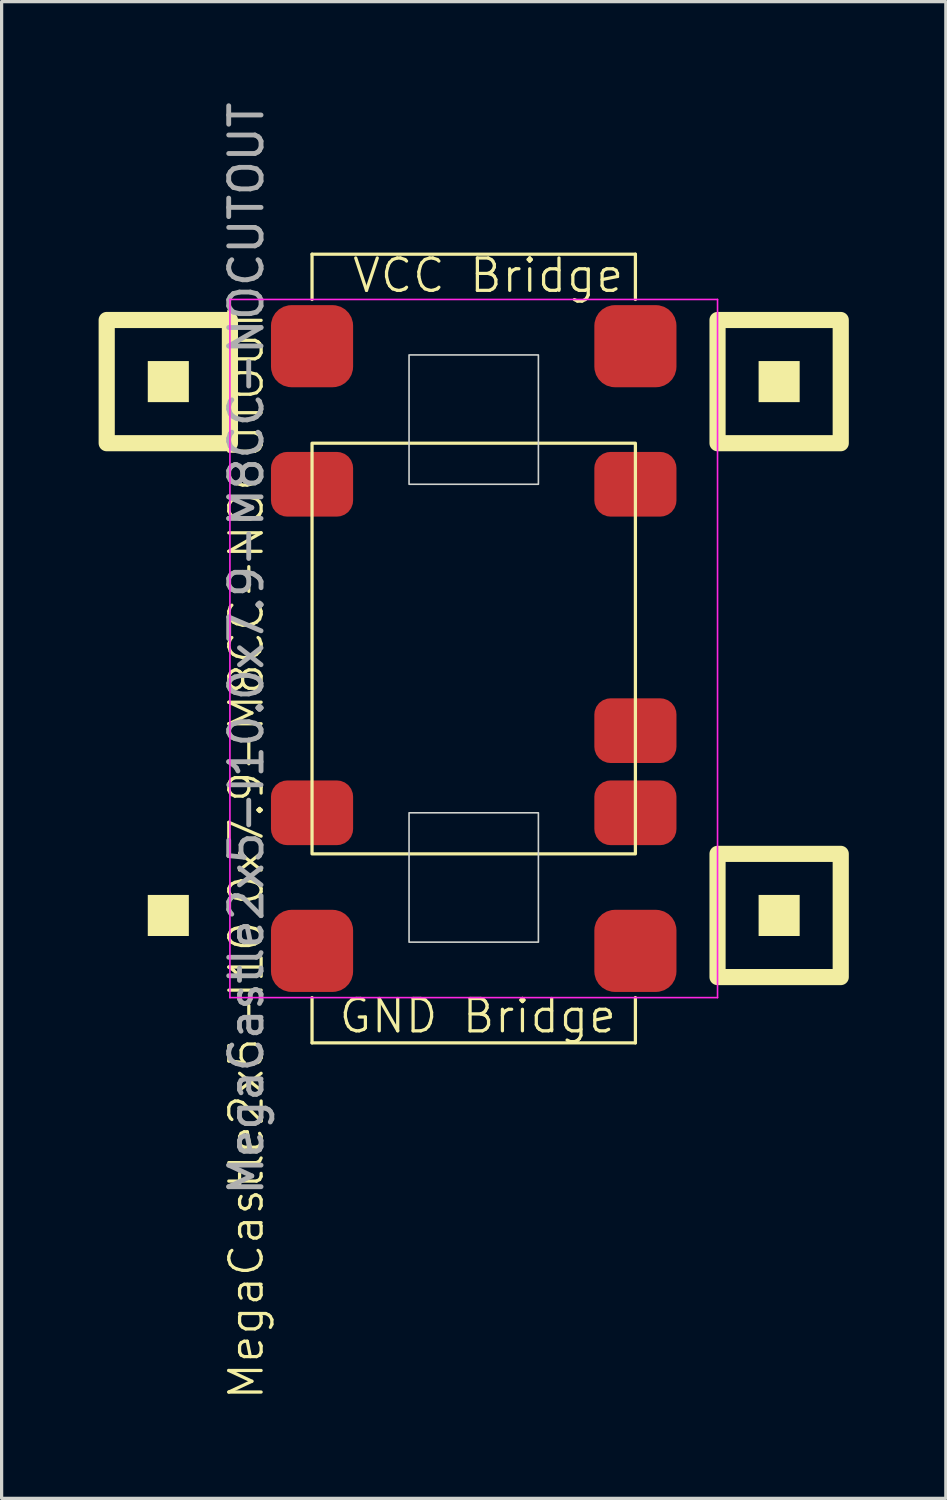
<source format=kicad_pcb>
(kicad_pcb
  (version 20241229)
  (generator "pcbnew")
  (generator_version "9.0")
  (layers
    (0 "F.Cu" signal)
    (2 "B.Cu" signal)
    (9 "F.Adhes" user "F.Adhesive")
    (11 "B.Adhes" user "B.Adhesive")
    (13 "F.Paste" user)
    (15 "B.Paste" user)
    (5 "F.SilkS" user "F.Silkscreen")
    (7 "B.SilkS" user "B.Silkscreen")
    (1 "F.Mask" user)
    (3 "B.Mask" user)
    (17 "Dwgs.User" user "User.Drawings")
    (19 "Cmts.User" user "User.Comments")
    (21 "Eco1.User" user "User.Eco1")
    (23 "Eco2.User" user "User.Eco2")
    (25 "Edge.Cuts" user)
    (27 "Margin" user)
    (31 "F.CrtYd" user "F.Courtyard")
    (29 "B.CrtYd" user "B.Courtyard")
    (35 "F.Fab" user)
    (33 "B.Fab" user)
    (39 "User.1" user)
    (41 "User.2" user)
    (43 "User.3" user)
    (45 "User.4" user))
  (footprint "MegaCastle2x5-I10.0x7.9-M8CC-NOCUTOUT"
    (layer "F.Cu")
    (at 11.6 17.006)
    (property "Reference" "MegaCastle2x5-I10.0x7.9-M8CC-NOCUTOUT" (at -7.032 6.35 90) (unlocked yes) (layer "F.SilkS") (effects (font (size 1 1) (thickness 0.1))))
    (attr smd)
    (fp_line (start -5 -12.195) (end 5 -12.195) (stroke (width 0.1) (type default)) (layer "F.SilkS"))
    (fp_line (start -5 -10.795) (end -5 -12.195) (stroke (width 0.1) (type default)) (layer "F.SilkS"))
    (fp_line (start -5 10.795) (end -5 12.195) (stroke (width 0.1) (type default)) (layer "F.SilkS"))
    (fp_line (start -5 12.195) (end 5 12.195) (stroke (width 0.1) (type default)) (layer "F.SilkS"))
    (fp_line (start 5 -10.795) (end 5 -12.195) (stroke (width 0.1) (type default)) (layer "F.SilkS"))
    (fp_line (start 5 10.795) (end 5 12.195) (stroke (width 0.1) (type default)) (layer "F.SilkS"))
    (fp_rect (start -8.81 -7.62) (end -10.08 -8.89) (stroke (width 0) (type solid)) (fill yes) (layer "F.SilkS"))
    (fp_rect (start -8.81 8.89) (end -10.08 7.62) (stroke (width 0) (type solid)) (fill yes) (layer "F.SilkS"))
    (fp_rect (start -7.54 -6.35) (end -11.35 -10.16) (stroke (width 0.5) (type default)) (fill no) (layer "F.SilkS"))
    (fp_rect (start -5 -6.35) (end 5 6.35) (stroke (width 0.1) (type default)) (fill no) (layer "F.SilkS"))
    (fp_rect (start 10.08 -7.62) (end 8.81 -8.89) (stroke (width 0) (type solid)) (fill yes) (layer "F.SilkS"))
    (fp_rect (start 10.08 8.89) (end 8.81 7.62) (stroke (width 0) (type solid)) (fill yes) (layer "F.SilkS"))
    (fp_rect (start 11.35 -6.35) (end 7.54 -10.16) (stroke (width 0.5) (type default)) (fill no) (layer "F.SilkS"))
    (fp_rect (start 11.35 10.16) (end 7.54 6.35) (stroke (width 0.5) (type default)) (fill no) (layer "F.SilkS"))
    (fp_rect (start -2 -5.08) (end 2 -9.08) (stroke (width 0.05) (type default)) (fill no) (layer "Edge.Cuts"))
    (fp_rect (start -2 5.08) (end 2 9.08) (stroke (width 0.05) (type default)) (fill no) (layer "Edge.Cuts"))
    (fp_line (start -7.54 -10.795) (end -7.54 10.795) (stroke (width 0.05) (type default)) (layer "F.CrtYd"))
    (fp_line (start -7.54 10.795) (end 7.54 10.795) (stroke (width 0.05) (type default)) (layer "F.CrtYd"))
    (fp_line (start 7.54 -10.795) (end -7.54 -10.795) (stroke (width 0.05) (type default)) (layer "F.CrtYd"))
    (fp_line (start 7.54 -10.795) (end 7.54 10.795) (stroke (width 0.05) (type default)) (layer "F.CrtYd"))
    (fp_text user "VCC Bridge" (at -3.81 -10.95 0) (unlocked yes) (layer "F.SilkS") (effects (font (size 1 1) (thickness 0.1)) (justify left bottom)))
    (fp_text user "GND Bridge" (at -4.226 11.95 0) (unlocked yes) (layer "F.SilkS") (effects (font (size 1 1) (thickness 0.1)) (justify left bottom)))
    (fp_text user "${REFERENCE}" (at -7.032 0 90) (unlocked yes) (layer "F.Fab") (effects (font (size 1 1) (thickness 0.15))))
    (pad "1" smd roundrect (at -5 -5.08) (size 2.54 2) (layers "F.Cu" "F.Mask" "F.Paste") (roundrect_rratio 0.25))
    (pad "5" smd roundrect (at -5 5.08) (size 2.54 2) (layers "F.Cu" "F.Mask" "F.Paste") (roundrect_rratio 0.25))
    (pad "6" smd roundrect (at 5 -5.08) (size 2.54 2) (layers "F.Cu" "F.Mask" "F.Paste") (roundrect_rratio 0.25))
    (pad "9" smd roundrect (at 5 2.54) (size 2.54 2) (layers "F.Cu" "F.Mask" "F.Paste") (roundrect_rratio 0.25))
    (pad "10" smd roundrect (at 5 5.08) (size 2.54 2) (layers "F.Cu" "F.Mask" "F.Paste") (roundrect_rratio 0.25))
    (pad "A1" smd roundrect (at -5 -9.35) (size 2.54 2.54) (layers "F.Cu" "F.Mask" "F.Paste") (roundrect_rratio 0.25))
    (pad "A2" smd roundrect (at 5 -9.35) (size 2.54 2.54) (layers "F.Cu" "F.Mask" "F.Paste") (roundrect_rratio 0.25))
    (pad "B1" smd roundrect (at -5 9.35) (size 2.54 2.54) (layers "F.Cu" "F.Mask" "F.Paste") (roundrect_rratio 0.25))
    (pad "B2" smd roundrect (at 5 9.35) (size 2.54 2.54) (layers "F.Cu" "F.Mask" "F.Paste") (roundrect_rratio 0.25)))
  (gr_rect
    (start -3 -3)
    (end 26.2 43.287)
    (stroke (width 0.1) (type default))
    (fill no)
    (layer "Edge.Cuts")))
</source>
